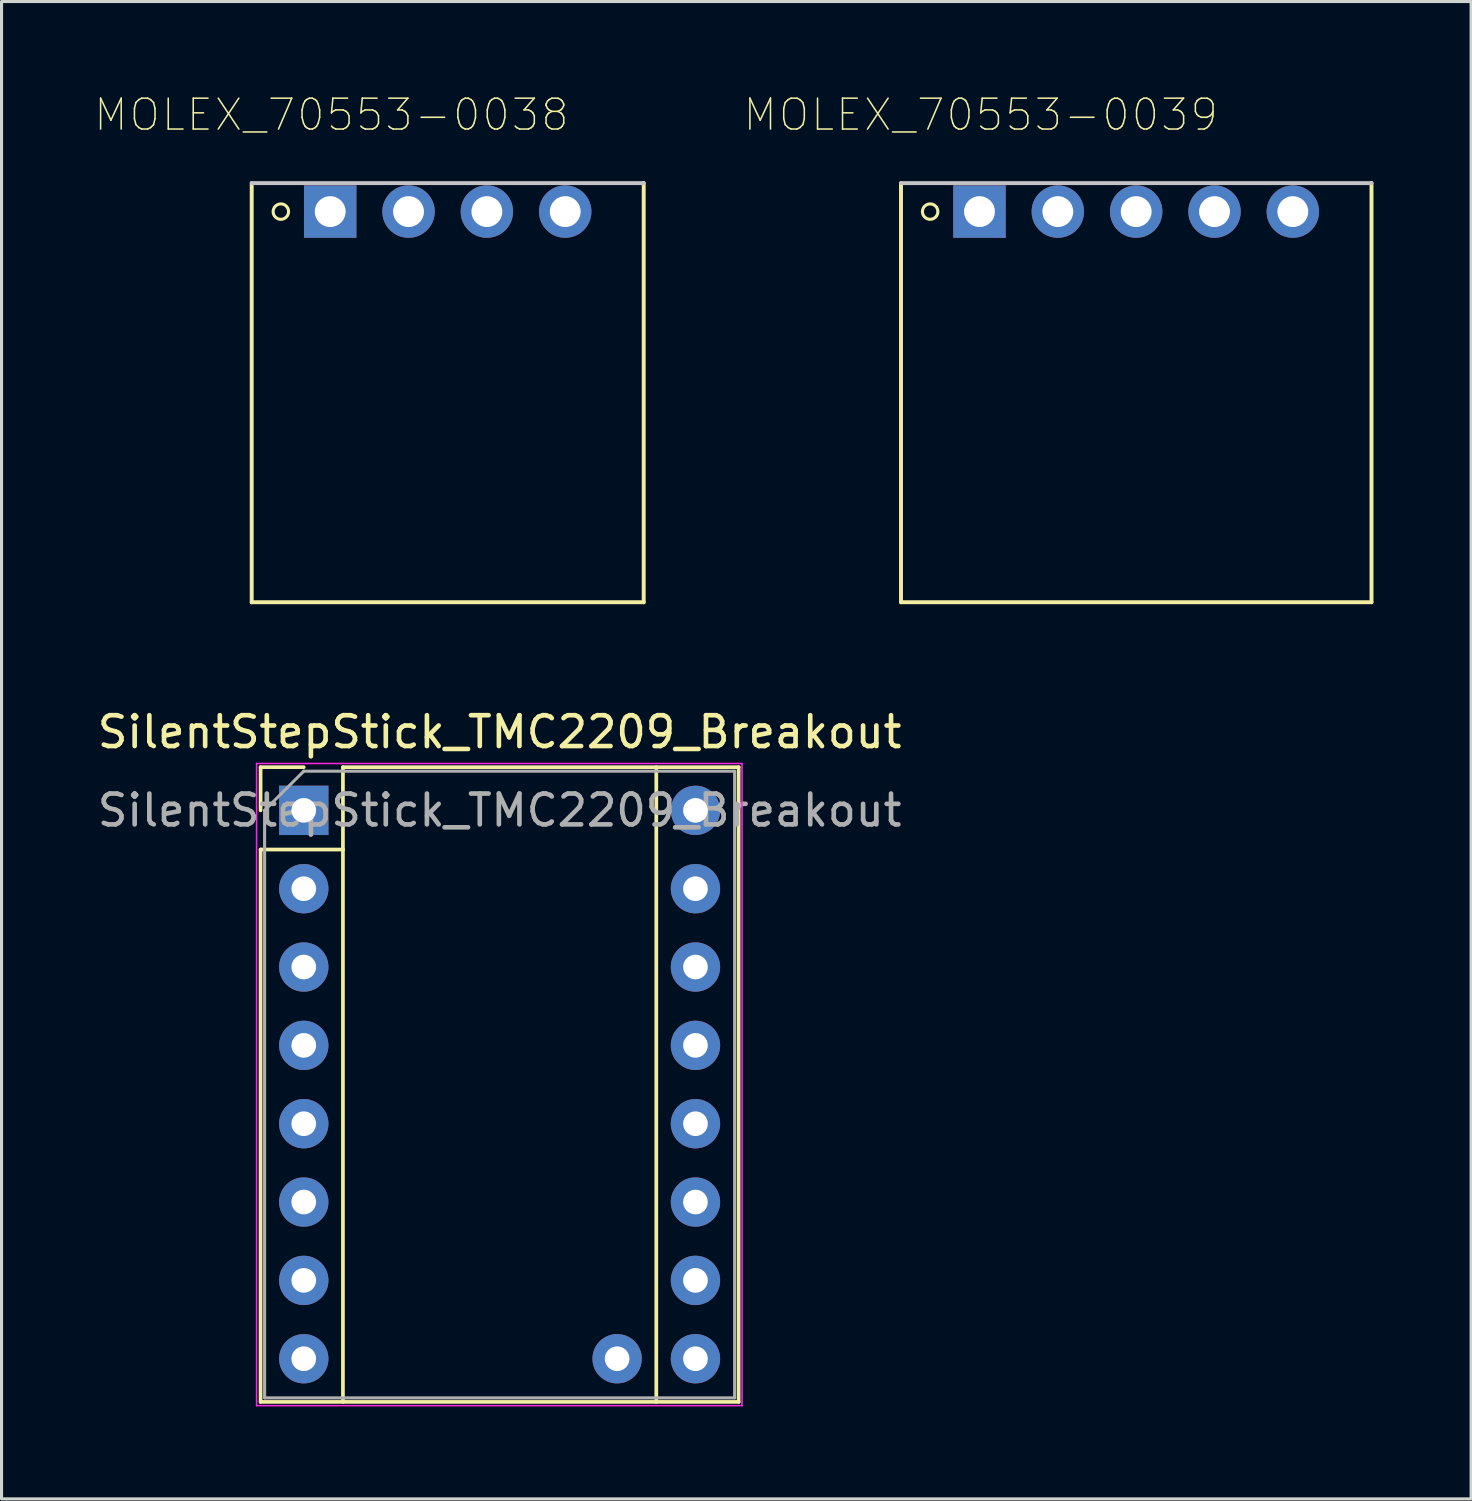
<source format=kicad_pcb>
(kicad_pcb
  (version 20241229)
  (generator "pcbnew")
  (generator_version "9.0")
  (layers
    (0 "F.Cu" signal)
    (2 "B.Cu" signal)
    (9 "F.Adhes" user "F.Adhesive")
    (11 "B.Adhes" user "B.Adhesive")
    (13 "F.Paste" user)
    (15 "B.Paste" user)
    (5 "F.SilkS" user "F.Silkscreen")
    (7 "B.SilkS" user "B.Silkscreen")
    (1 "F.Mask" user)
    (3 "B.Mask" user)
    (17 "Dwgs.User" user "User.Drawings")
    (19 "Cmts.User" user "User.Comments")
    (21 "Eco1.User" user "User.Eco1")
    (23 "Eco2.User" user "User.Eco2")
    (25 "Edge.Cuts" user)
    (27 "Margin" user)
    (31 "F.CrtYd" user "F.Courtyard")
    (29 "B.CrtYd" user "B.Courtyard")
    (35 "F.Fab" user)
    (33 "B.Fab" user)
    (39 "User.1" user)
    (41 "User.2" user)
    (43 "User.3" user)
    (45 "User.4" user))
  (footprint "SilentStepStick_TMC2209_Breakout"
    (layer "F.Cu")
    (at 6.799 23.224)
    (property "Reference" "SilentStepStick_TMC2209_Breakout" (at 6.35 -2.54 0) (layer "F.SilkS") (effects (font (size 1 1) (thickness 0.15))))
    (attr through_hole)
    (fp_line (start -1.4 -1.4) (end -1.4 0) (stroke (width 0.12) (type solid)) (layer "F.SilkS"))
    (fp_line (start -1.4 1.27) (end -1.4 19.18) (stroke (width 0.12) (type solid)) (layer "F.SilkS"))
    (fp_line (start -1.4 19.18) (end 14.1 19.18) (stroke (width 0.12) (type solid)) (layer "F.SilkS"))
    (fp_line (start 0 -1.4) (end -1.4 -1.4) (stroke (width 0.12) (type solid)) (layer "F.SilkS"))
    (fp_line (start 1.27 -1.4) (end 1.27 1.27) (stroke (width 0.12) (type solid)) (layer "F.SilkS"))
    (fp_line (start 1.27 1.27) (end -1.4 1.27) (stroke (width 0.12) (type solid)) (layer "F.SilkS"))
    (fp_line (start 1.27 1.27) (end 1.27 19.18) (stroke (width 0.12) (type solid)) (layer "F.SilkS"))
    (fp_line (start 11.43 -1.4) (end 11.43 19.18) (stroke (width 0.12) (type solid)) (layer "F.SilkS"))
    (fp_line (start 14.1 -1.4) (end 1.27 -1.4) (stroke (width 0.12) (type solid)) (layer "F.SilkS"))
    (fp_line (start 14.1 19.18) (end 14.1 -1.4) (stroke (width 0.12) (type solid)) (layer "F.SilkS"))
    (fp_line (start -1.53 -1.52) (end -1.53 19.3) (stroke (width 0.05) (type solid)) (layer "F.CrtYd"))
    (fp_line (start -1.53 -1.52) (end 14.21 -1.52) (stroke (width 0.05) (type solid)) (layer "F.CrtYd"))
    (fp_line (start 14.21 19.3) (end -1.53 19.3) (stroke (width 0.05) (type solid)) (layer "F.CrtYd"))
    (fp_line (start 14.21 19.3) (end 14.21 -1.52) (stroke (width 0.05) (type solid)) (layer "F.CrtYd"))
    (fp_line (start -1.27 0) (end 0 -1.27) (stroke (width 0.1) (type solid)) (layer "F.Fab"))
    (fp_line (start -1.27 19.05) (end -1.27 0) (stroke (width 0.1) (type solid)) (layer "F.Fab"))
    (fp_line (start 0 -1.27) (end 13.97 -1.27) (stroke (width 0.1) (type solid)) (layer "F.Fab"))
    (fp_line (start 13.97 -1.27) (end 13.97 19.05) (stroke (width 0.1) (type solid)) (layer "F.Fab"))
    (fp_line (start 13.97 19.05) (end -1.27 19.05) (stroke (width 0.1) (type solid)) (layer "F.Fab"))
    (fp_text user "${REFERENCE}" (at 6.35 0 0) (layer "F.Fab") (effects (font (size 1 1) (thickness 0.15))))
    (pad "1" thru_hole rect (at 0 0) (size 1.6 1.6) (drill 0.8) (layers "*.Cu" "*.Mask"))
    (pad "2" thru_hole oval (at 0 2.54) (size 1.6 1.6) (drill 0.8) (layers "*.Cu" "*.Mask"))
    (pad "3" thru_hole oval (at 0 5.08) (size 1.6 1.6) (drill 0.8) (layers "*.Cu" "*.Mask"))
    (pad "4" thru_hole oval (at 0 7.62) (size 1.6 1.6) (drill 0.8) (layers "*.Cu" "*.Mask"))
    (pad "5" thru_hole oval (at 0 10.16) (size 1.6 1.6) (drill 0.8) (layers "*.Cu" "*.Mask"))
    (pad "6" thru_hole oval (at 0 12.7) (size 1.6 1.6) (drill 0.8) (layers "*.Cu" "*.Mask"))
    (pad "7" thru_hole oval (at 0 15.24) (size 1.6 1.6) (drill 0.8) (layers "*.Cu" "*.Mask"))
    (pad "8" thru_hole oval (at 0 17.78) (size 1.6 1.6) (drill 0.8) (layers "*.Cu" "*.Mask"))
    (pad "9" thru_hole oval (at 12.7 17.78) (size 1.6 1.6) (drill 0.8) (layers "*.Cu" "*.Mask"))
    (pad "10" thru_hole oval (at 12.7 15.24) (size 1.6 1.6) (drill 0.8) (layers "*.Cu" "*.Mask"))
    (pad "11" thru_hole oval (at 12.7 12.7) (size 1.6 1.6) (drill 0.8) (layers "*.Cu" "*.Mask"))
    (pad "12" thru_hole oval (at 12.7 10.16) (size 1.6 1.6) (drill 0.8) (layers "*.Cu" "*.Mask"))
    (pad "13" thru_hole oval (at 12.7 7.62) (size 1.6 1.6) (drill 0.8) (layers "*.Cu" "*.Mask"))
    (pad "14" thru_hole oval (at 12.7 5.08) (size 1.6 1.6) (drill 0.8) (layers "*.Cu" "*.Mask"))
    (pad "15" thru_hole oval (at 12.7 2.54) (size 1.6 1.6) (drill 0.8) (layers "*.Cu" "*.Mask"))
    (pad "16" thru_hole oval (at 12.7 0) (size 1.6 1.6) (drill 0.8) (layers "*.Cu" "*.Mask"))
    (pad "17" thru_hole oval (at 10.16 17.78) (size 1.6 1.6) (drill 0.8) (layers "*.Cu" "*.Mask")))
  (footprint "MOLEX_70553-0039"
    (layer "F.Cu")
    (at 28.708 3.811)
    (property "Reference" "MOLEX_70553-0039" (at 0.04 -3.138 0) (layer "F.SilkS") (effects (font (size 1.001 1.001) (thickness 0.05))))
    (attr through_hole)
    (fp_line (start -2.545 -0.925) (end -2.545 12.665) (stroke (width 0.127) (type solid)) (layer "F.SilkS"))
    (fp_line (start -2.545 12.665) (end 12.71 12.665) (stroke (width 0.127) (type solid)) (layer "F.SilkS"))
    (fp_line (start 12.71 12.665) (end 12.71 -0.925) (stroke (width 0.127) (type solid)) (layer "F.SilkS"))
    (fp_circle (center -1.6 0) (end -1.35 0) (stroke (width 0.1) (type solid)) (fill no) (layer "F.SilkS"))
    (fp_line (start 12.71 -0.925) (end -2.545 -0.925) (stroke (width 0.127) (type solid)) (layer "Dwgs.User"))
    (fp_line (start -2.75 -1.25) (end -2.75 13) (stroke (width 0.05) (type solid)) (layer "Eco1.User"))
    (fp_line (start -2.75 13) (end 12.915 13) (stroke (width 0.05) (type solid)) (layer "Eco1.User"))
    (fp_line (start 12.915 -1.25) (end -2.75 -1.25) (stroke (width 0.05) (type solid)) (layer "Eco1.User"))
    (fp_line (start 12.915 13) (end 12.915 -1.25) (stroke (width 0.05) (type solid)) (layer "Eco1.User"))
    (pad "1" thru_hole rect (at 0 0) (size 1.7 1.7) (drill 1) (layers "*.Cu" "*.Mask"))
    (pad "2" thru_hole circle (at 2.54 0) (size 1.7 1.7) (drill 1) (layers "*.Cu" "*.Mask"))
    (pad "3" thru_hole circle (at 5.08 0) (size 1.7 1.7) (drill 1) (layers "*.Cu" "*.Mask"))
    (pad "4" thru_hole circle (at 7.62 0) (size 1.7 1.7) (drill 1) (layers "*.Cu" "*.Mask"))
    (pad "5" thru_hole circle (at 10.16 0) (size 1.7 1.7) (drill 1) (layers "*.Cu" "*.Mask")))
  (footprint "MOLEX_70553-0038"
    (layer "F.Cu")
    (at 7.656 3.811)
    (property "Reference" "MOLEX_70553-0038" (at 0.04 -3.138 0) (layer "F.SilkS") (effects (font (size 1.001 1.001) (thickness 0.05))))
    (attr through_hole)
    (fp_line (start -2.545 -0.925) (end -2.545 12.665) (stroke (width 0.127) (type solid)) (layer "F.SilkS"))
    (fp_line (start -2.545 12.665) (end 10.165 12.665) (stroke (width 0.127) (type solid)) (layer "F.SilkS"))
    (fp_line (start 10.165 12.665) (end 10.165 -0.925) (stroke (width 0.127) (type solid)) (layer "F.SilkS"))
    (fp_circle (center -1.6 0) (end -1.35 0) (stroke (width 0.1) (type solid)) (fill no) (layer "F.SilkS"))
    (fp_line (start 10.165 -0.925) (end -2.545 -0.925) (stroke (width 0.127) (type solid)) (layer "Dwgs.User"))
    (fp_line (start -2.75 -1.25) (end -2.75 13) (stroke (width 0.05) (type solid)) (layer "Eco1.User"))
    (fp_line (start -2.75 13) (end 10.37 13) (stroke (width 0.05) (type solid)) (layer "Eco1.User"))
    (fp_line (start 10.37 -1.25) (end -2.75 -1.25) (stroke (width 0.05) (type solid)) (layer "Eco1.User"))
    (fp_line (start 10.37 13) (end 10.37 -1.25) (stroke (width 0.05) (type solid)) (layer "Eco1.User"))
    (pad "1" thru_hole rect (at 0 0) (size 1.7 1.7) (drill 1) (layers "*.Cu" "*.Mask"))
    (pad "2" thru_hole circle (at 2.54 0) (size 1.7 1.7) (drill 1) (layers "*.Cu" "*.Mask"))
    (pad "3" thru_hole circle (at 5.08 0) (size 1.7 1.7) (drill 1) (layers "*.Cu" "*.Mask"))
    (pad "4" thru_hole circle (at 7.62 0) (size 1.7 1.7) (drill 1) (layers "*.Cu" "*.Mask")))
  (gr_rect
    (start -3 -3)
    (end 44.648 45.549)
    (stroke (width 0.1) (type default))
    (fill no)
    (layer "Edge.Cuts")))
</source>
